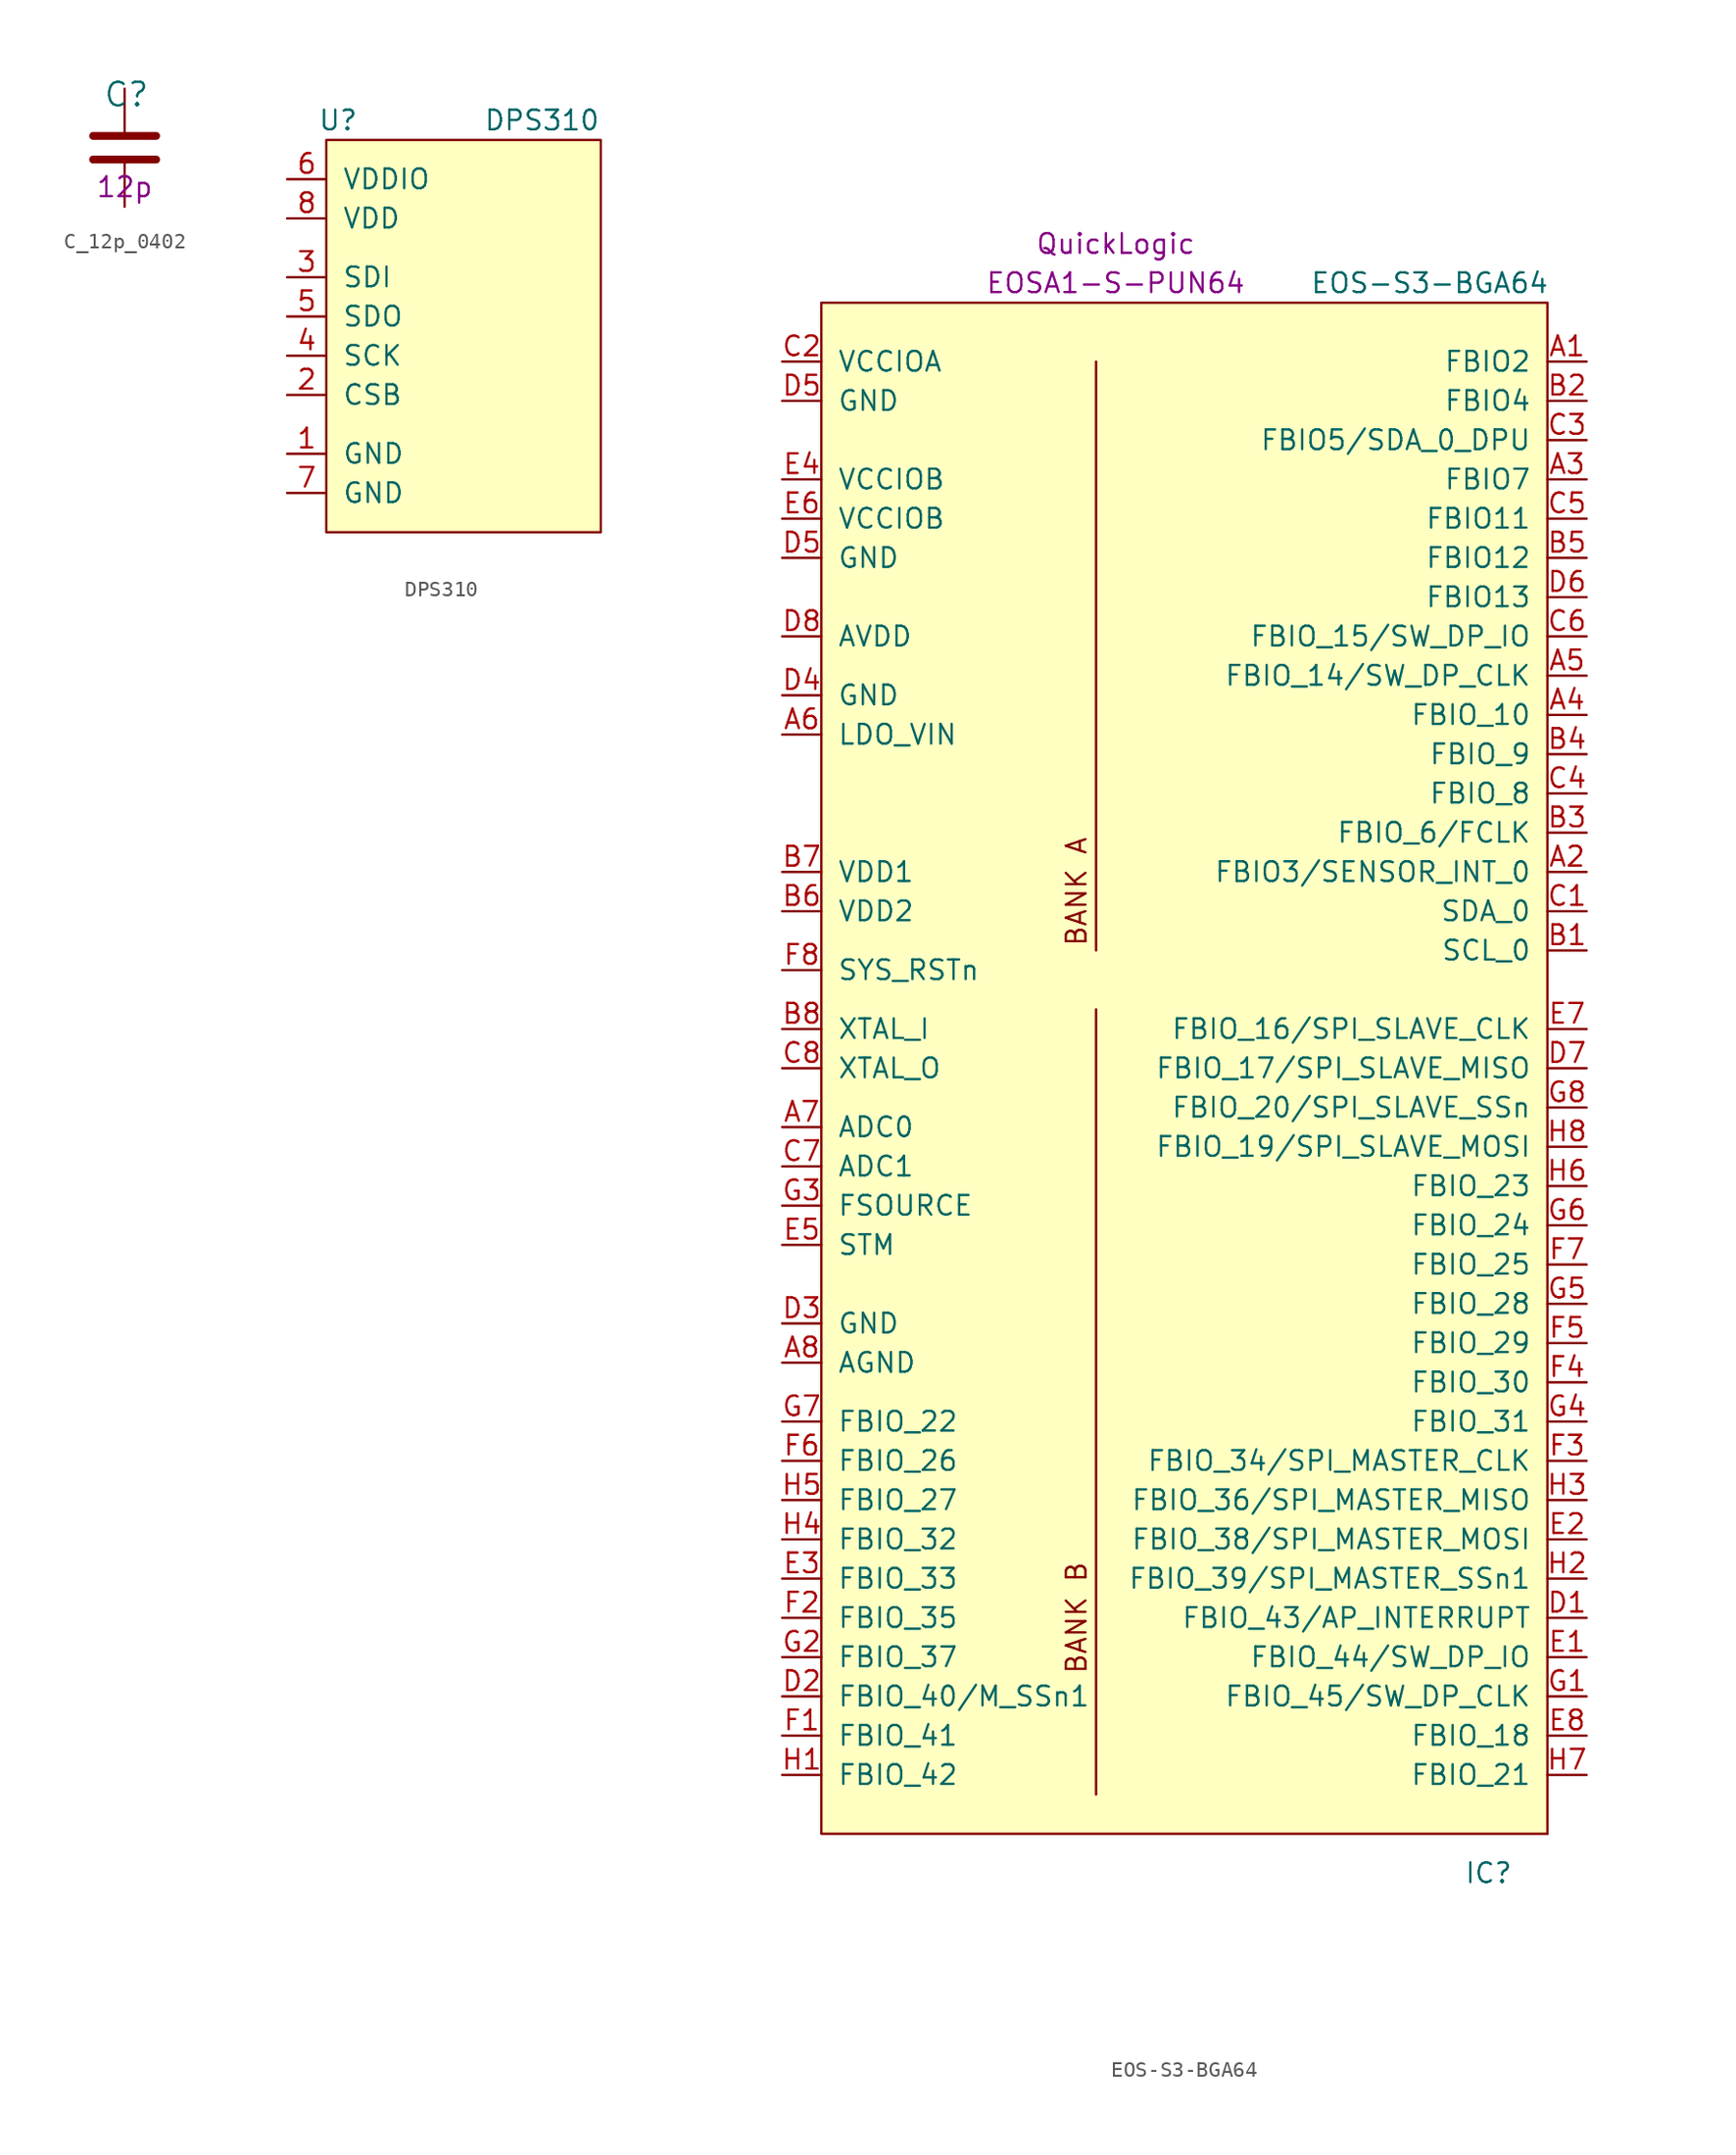
<source format=kicad_sym>
(kicad_symbol_lib
  (version 20211014)
  (generator kicad_symbol_editor)
  (symbol "C_12p_0402"
    (pin_names
      (offset 0))
    (property "Reference" "C"
      (at -1.397 3.429 0)
      (effects (font (size 1.524 1.524)) (justify left)))
    (property "Val" "12p"
      (at 0 -2.54 0)
      (effects (font (size 1.27 1.27))))
    (symbol "C_12p_0402_1_1"
      (polyline (pts (xy -2.032 -0.762) (xy 2.032 -0.762)) (stroke (width 0.508) (type default) (color 0 0 0 0)) (fill (type none)))
      (polyline (pts (xy -2.032 0.762) (xy 2.032 0.762)) (stroke (width 0.508) (type default) (color 0 0 0 0)) (fill (type none)))
      (pin passive line (at 0 3.81 270) (length 2.794) (name "~" (effects (font (size 0 0)))) (number "1" (effects (font (size 0 0)))))
      (pin passive line (at 0 -3.81 90) (length 2.794) (name "~" (effects (font (size 0 0)))) (number "2" (effects (font (size 0 0)))))))
  (symbol "DPS310"
    (pin_names
      (offset 1.016))
    (property "Reference" "U"
      (at 0.762 -1.27 0)
      (effects (font (size 1.27 1.27))))
    (property "Value" "DPS310"
      (at 13.97 -1.27 0)
      (effects (font (size 1.27 1.27))))
    (symbol "DPS310_0_1"
      (rectangle (start 0 -2.54) (end 17.78 -27.94) (stroke (width 0) (type default) (color 0 0 0 0)) (fill (type background))))
    (symbol "DPS310_1_1"
      (pin input line (at -2.54 -22.86 0) (length 2.54) (name "GND" (effects (font (size 1.27 1.27)))) (number "1" (effects (font (size 1.27 1.27)))))
      (pin input line (at -2.54 -19.05 0) (length 2.54) (name "CSB" (effects (font (size 1.27 1.27)))) (number "2" (effects (font (size 1.27 1.27)))))
      (pin input line (at -2.54 -11.43 0) (length 2.54) (name "SDI" (effects (font (size 1.27 1.27)))) (number "3" (effects (font (size 1.27 1.27)))))
      (pin input line (at -2.54 -16.51 0) (length 2.54) (name "SCK" (effects (font (size 1.27 1.27)))) (number "4" (effects (font (size 1.27 1.27)))))
      (pin input line (at -2.54 -13.97 0) (length 2.54) (name "SDO" (effects (font (size 1.27 1.27)))) (number "5" (effects (font (size 1.27 1.27)))))
      (pin input line (at -2.54 -5.08 0) (length 2.54) (name "VDDIO" (effects (font (size 1.27 1.27)))) (number "6" (effects (font (size 1.27 1.27)))))
      (pin input line (at -2.54 -25.4 0) (length 2.54) (name "GND" (effects (font (size 1.27 1.27)))) (number "7" (effects (font (size 1.27 1.27)))))
      (pin input line (at -2.54 -7.62 0) (length 2.54) (name "VDD" (effects (font (size 1.27 1.27)))) (number "8" (effects (font (size 1.27 1.27)))))))
  (symbol "EOS-S3-BGA64"
    (pin_names
      (offset 1.016))
    (property "Reference" "IC"
      (at 43.18 -83.82 0)
      (effects (font (size 1.27 1.27))))
    (property "Value" "EOS-S3-BGA64"
      (at 39.37 19.05 0)
      (effects (font (size 1.27 1.27))))
    (property "Manufacturer" "QuickLogic"
      (at 19.05 21.59 0)
      (effects (font (size 1.27 1.27))))
    (property "MPN" "EOSA1-S-PUN64"
      (at 19.05 19.05 0)
      (effects (font (size 1.27 1.27))))
    (symbol "EOS-S3-BGA64_0_0"
      (text "BANK A" (at 16.51 -20.32 900) (effects (font (size 1.27 1.27)))))
    (symbol "EOS-S3-BGA64_0_1"
      (polyline (pts (xy 17.78 -27.94) (xy 17.78 -78.74)) (stroke (width 0) (type default) (color 0 0 0 0)) (fill (type none)))
      (polyline (pts (xy 17.78 -24.13) (xy 17.78 13.97)) (stroke (width 0) (type default) (color 0 0 0 0)) (fill (type none)))
      (rectangle (start 0 17.78) (end 46.99 -81.28) (stroke (width 0) (type default) (color 0 0 0 0)) (fill (type background)))
      (rectangle (start 46.99 -81.28) (end 46.99 -81.28) (stroke (width 0) (type default) (color 0 0 0 0)) (fill (type none))))
    (symbol "EOS-S3-BGA64_1_0"
      (text "BANK B" (at 16.51 -67.31 900) (effects (font (size 1.27 1.27)))))
    (symbol "EOS-S3-BGA64_1_1"
      (pin input line (at 49.53 13.97 180) (length 2.54) (name "FBIO2" (effects (font (size 1.27 1.27)))) (number "A1" (effects (font (size 1.27 1.27)))))
      (pin input line (at 49.53 -19.05 180) (length 2.54) (name "FBIO3/SENSOR_INT_0" (effects (font (size 1.27 1.27)))) (number "A2" (effects (font (size 1.27 1.27)))))
      (pin input line (at 49.53 6.35 180) (length 2.54) (name "FBIO7" (effects (font (size 1.27 1.27)))) (number "A3" (effects (font (size 1.27 1.27)))))
      (pin input line (at 49.53 -8.89 180) (length 2.54) (name "FBIO_10" (effects (font (size 1.27 1.27)))) (number "A4" (effects (font (size 1.27 1.27)))))
      (pin input line (at 49.53 -6.35 180) (length 2.54) (name "FBIO_14/SW_DP_CLK" (effects (font (size 1.27 1.27)))) (number "A5" (effects (font (size 1.27 1.27)))))
      (pin input line (at -2.54 -10.16 0) (length 2.54) (name "LDO_VIN" (effects (font (size 1.27 1.27)))) (number "A6" (effects (font (size 1.27 1.27)))))
      (pin input line (at -2.54 -35.56 0) (length 2.54) (name "ADC0" (effects (font (size 1.27 1.27)))) (number "A7" (effects (font (size 1.27 1.27)))))
      (pin input line (at -2.54 -50.8 0) (length 2.54) (name "AGND" (effects (font (size 1.27 1.27)))) (number "A8" (effects (font (size 1.27 1.27)))))
      (pin input line (at 49.53 -24.13 180) (length 2.54) (name "SCL_0" (effects (font (size 1.27 1.27)))) (number "B1" (effects (font (size 1.27 1.27)))))
      (pin input line (at 49.53 11.43 180) (length 2.54) (name "FBIO4" (effects (font (size 1.27 1.27)))) (number "B2" (effects (font (size 1.27 1.27)))))
      (pin input line (at 49.53 -16.51 180) (length 2.54) (name "FBIO_6/FCLK" (effects (font (size 1.27 1.27)))) (number "B3" (effects (font (size 1.27 1.27)))))
      (pin input line (at 49.53 -11.43 180) (length 2.54) (name "FBIO_9" (effects (font (size 1.27 1.27)))) (number "B4" (effects (font (size 1.27 1.27)))))
      (pin input line (at 49.53 1.27 180) (length 2.54) (name "FBIO12" (effects (font (size 1.27 1.27)))) (number "B5" (effects (font (size 1.27 1.27)))))
      (pin input line (at -2.54 -21.59 0) (length 2.54) (name "VDD2" (effects (font (size 1.27 1.27)))) (number "B6" (effects (font (size 1.27 1.27)))))
      (pin input line (at -2.54 -19.05 0) (length 2.54) (name "VDD1" (effects (font (size 1.27 1.27)))) (number "B7" (effects (font (size 1.27 1.27)))))
      (pin input line (at -2.54 -29.21 0) (length 2.54) (name "XTAL_I" (effects (font (size 1.27 1.27)))) (number "B8" (effects (font (size 1.27 1.27)))))
      (pin input line (at 49.53 -21.59 180) (length 2.54) (name "SDA_0" (effects (font (size 1.27 1.27)))) (number "C1" (effects (font (size 1.27 1.27)))))
      (pin input line (at -2.54 13.97 0) (length 2.54) (name "VCCIOA" (effects (font (size 1.27 1.27)))) (number "C2" (effects (font (size 1.27 1.27)))))
      (pin input line (at 49.53 8.89 180) (length 2.54) (name "FBIO5/SDA_0_DPU" (effects (font (size 1.27 1.27)))) (number "C3" (effects (font (size 1.27 1.27)))))
      (pin input line (at 49.53 -13.97 180) (length 2.54) (name "FBIO_8" (effects (font (size 1.27 1.27)))) (number "C4" (effects (font (size 1.27 1.27)))))
      (pin input line (at 49.53 3.81 180) (length 2.54) (name "FBIO11" (effects (font (size 1.27 1.27)))) (number "C5" (effects (font (size 1.27 1.27)))))
      (pin input line (at 49.53 -3.81 180) (length 2.54) (name "FBIO_15/SW_DP_IO" (effects (font (size 1.27 1.27)))) (number "C6" (effects (font (size 1.27 1.27)))))
      (pin input line (at -2.54 -38.1 0) (length 2.54) (name "ADC1" (effects (font (size 1.27 1.27)))) (number "C7" (effects (font (size 1.27 1.27)))))
      (pin input line (at -2.54 -31.75 0) (length 2.54) (name "XTAL_O" (effects (font (size 1.27 1.27)))) (number "C8" (effects (font (size 1.27 1.27)))))
      (pin input line (at 49.53 -67.31 180) (length 2.54) (name "FBIO_43/AP_INTERRUPT" (effects (font (size 1.27 1.27)))) (number "D1" (effects (font (size 1.27 1.27)))))
      (pin input line (at -2.54 -72.39 0) (length 2.54) (name "FBIO_40/M_SSn1" (effects (font (size 1.27 1.27)))) (number "D2" (effects (font (size 1.27 1.27)))))
      (pin input line (at -2.54 -48.26 0) (length 2.54) (name "GND" (effects (font (size 1.27 1.27)))) (number "D3" (effects (font (size 1.27 1.27)))))
      (pin input line (at -2.54 -7.62 0) (length 2.54) (name "GND" (effects (font (size 1.27 1.27)))) (number "D4" (effects (font (size 1.27 1.27)))))
      (pin input line (at -2.54 1.27 0) (length 2.54) (name "GND" (effects (font (size 1.27 1.27)))) (number "D5" (effects (font (size 1.27 1.27)))))
      (pin input line (at -2.54 11.43 0) (length 2.54) (name "GND" (effects (font (size 1.27 1.27)))) (number "D5" (effects (font (size 1.27 1.27)))))
      (pin input line (at 49.53 -1.27 180) (length 2.54) (name "FBIO13" (effects (font (size 1.27 1.27)))) (number "D6" (effects (font (size 1.27 1.27)))))
      (pin input line (at 49.53 -31.75 180) (length 2.54) (name "FBIO_17/SPI_SLAVE_MISO" (effects (font (size 1.27 1.27)))) (number "D7" (effects (font (size 1.27 1.27)))))
      (pin input line (at -2.54 -3.81 0) (length 2.54) (name "AVDD" (effects (font (size 1.27 1.27)))) (number "D8" (effects (font (size 1.27 1.27)))))
      (pin input line (at 49.53 -69.85 180) (length 2.54) (name "FBIO_44/SW_DP_IO" (effects (font (size 1.27 1.27)))) (number "E1" (effects (font (size 1.27 1.27)))))
      (pin input line (at 49.53 -62.23 180) (length 2.54) (name "FBIO_38/SPI_MASTER_MOSI" (effects (font (size 1.27 1.27)))) (number "E2" (effects (font (size 1.27 1.27)))))
      (pin input line (at -2.54 -64.77 0) (length 2.54) (name "FBIO_33" (effects (font (size 1.27 1.27)))) (number "E3" (effects (font (size 1.27 1.27)))))
      (pin input line (at -2.54 6.35 0) (length 2.54) (name "VCCIOB" (effects (font (size 1.27 1.27)))) (number "E4" (effects (font (size 1.27 1.27)))))
      (pin input line (at -2.54 -43.18 0) (length 2.54) (name "STM" (effects (font (size 1.27 1.27)))) (number "E5" (effects (font (size 1.27 1.27)))))
      (pin input line (at -2.54 3.81 0) (length 2.54) (name "VCCIOB" (effects (font (size 1.27 1.27)))) (number "E6" (effects (font (size 1.27 1.27)))))
      (pin input line (at 49.53 -29.21 180) (length 2.54) (name "FBIO_16/SPI_SLAVE_CLK" (effects (font (size 1.27 1.27)))) (number "E7" (effects (font (size 1.27 1.27)))))
      (pin input line (at 49.53 -74.93 180) (length 2.54) (name "FBIO_18" (effects (font (size 1.27 1.27)))) (number "E8" (effects (font (size 1.27 1.27)))))
      (pin input line (at -2.54 -74.93 0) (length 2.54) (name "FBIO_41" (effects (font (size 1.27 1.27)))) (number "F1" (effects (font (size 1.27 1.27)))))
      (pin input line (at -2.54 -67.31 0) (length 2.54) (name "FBIO_35" (effects (font (size 1.27 1.27)))) (number "F2" (effects (font (size 1.27 1.27)))))
      (pin input line (at 49.53 -57.15 180) (length 2.54) (name "FBIO_34/SPI_MASTER_CLK" (effects (font (size 1.27 1.27)))) (number "F3" (effects (font (size 1.27 1.27)))))
      (pin input line (at 49.53 -52.07 180) (length 2.54) (name "FBIO_30" (effects (font (size 1.27 1.27)))) (number "F4" (effects (font (size 1.27 1.27)))))
      (pin input line (at 49.53 -49.53 180) (length 2.54) (name "FBIO_29" (effects (font (size 1.27 1.27)))) (number "F5" (effects (font (size 1.27 1.27)))))
      (pin input line (at -2.54 -57.15 0) (length 2.54) (name "FBIO_26" (effects (font (size 1.27 1.27)))) (number "F6" (effects (font (size 1.27 1.27)))))
      (pin input line (at 49.53 -44.45 180) (length 2.54) (name "FBIO_25" (effects (font (size 1.27 1.27)))) (number "F7" (effects (font (size 1.27 1.27)))))
      (pin input line (at -2.54 -25.4 0) (length 2.54) (name "SYS_RSTn" (effects (font (size 1.27 1.27)))) (number "F8" (effects (font (size 1.27 1.27)))))
      (pin input line (at 49.53 -72.39 180) (length 2.54) (name "FBIO_45/SW_DP_CLK" (effects (font (size 1.27 1.27)))) (number "G1" (effects (font (size 1.27 1.27)))))
      (pin input line (at -2.54 -69.85 0) (length 2.54) (name "FBIO_37" (effects (font (size 1.27 1.27)))) (number "G2" (effects (font (size 1.27 1.27)))))
      (pin input line (at -2.54 -40.64 0) (length 2.54) (name "FSOURCE" (effects (font (size 1.27 1.27)))) (number "G3" (effects (font (size 1.27 1.27)))))
      (pin input line (at 49.53 -54.61 180) (length 2.54) (name "FBIO_31" (effects (font (size 1.27 1.27)))) (number "G4" (effects (font (size 1.27 1.27)))))
      (pin input line (at 49.53 -46.99 180) (length 2.54) (name "FBIO_28" (effects (font (size 1.27 1.27)))) (number "G5" (effects (font (size 1.27 1.27)))))
      (pin input line (at 49.53 -41.91 180) (length 2.54) (name "FBIO_24" (effects (font (size 1.27 1.27)))) (number "G6" (effects (font (size 1.27 1.27)))))
      (pin input line (at -2.54 -54.61 0) (length 2.54) (name "FBIO_22" (effects (font (size 1.27 1.27)))) (number "G7" (effects (font (size 1.27 1.27)))))
      (pin input line (at 49.53 -34.29 180) (length 2.54) (name "FBIO_20/SPI_SLAVE_SSn" (effects (font (size 1.27 1.27)))) (number "G8" (effects (font (size 1.27 1.27)))))
      (pin input line (at -2.54 -77.47 0) (length 2.54) (name "FBIO_42" (effects (font (size 1.27 1.27)))) (number "H1" (effects (font (size 1.27 1.27)))))
      (pin input line (at 49.53 -64.77 180) (length 2.54) (name "FBIO_39/SPI_MASTER_SSn1" (effects (font (size 1.27 1.27)))) (number "H2" (effects (font (size 1.27 1.27)))))
      (pin input line (at 49.53 -59.69 180) (length 2.54) (name "FBIO_36/SPI_MASTER_MISO" (effects (font (size 1.27 1.27)))) (number "H3" (effects (font (size 1.27 1.27)))))
      (pin input line (at -2.54 -62.23 0) (length 2.54) (name "FBIO_32" (effects (font (size 1.27 1.27)))) (number "H4" (effects (font (size 1.27 1.27)))))
      (pin input line (at -2.54 -59.69 0) (length 2.54) (name "FBIO_27" (effects (font (size 1.27 1.27)))) (number "H5" (effects (font (size 1.27 1.27)))))
      (pin input line (at 49.53 -39.37 180) (length 2.54) (name "FBIO_23" (effects (font (size 1.27 1.27)))) (number "H6" (effects (font (size 1.27 1.27)))))
      (pin input line (at 49.53 -77.47 180) (length 2.54) (name "FBIO_21" (effects (font (size 1.27 1.27)))) (number "H7" (effects (font (size 1.27 1.27)))))
      (pin input line (at 49.53 -36.83 180) (length 2.54) (name "FBIO_19/SPI_SLAVE_MOSI" (effects (font (size 1.27 1.27)))) (number "H8" (effects (font (size 1.27 1.27))))))))
</source>
